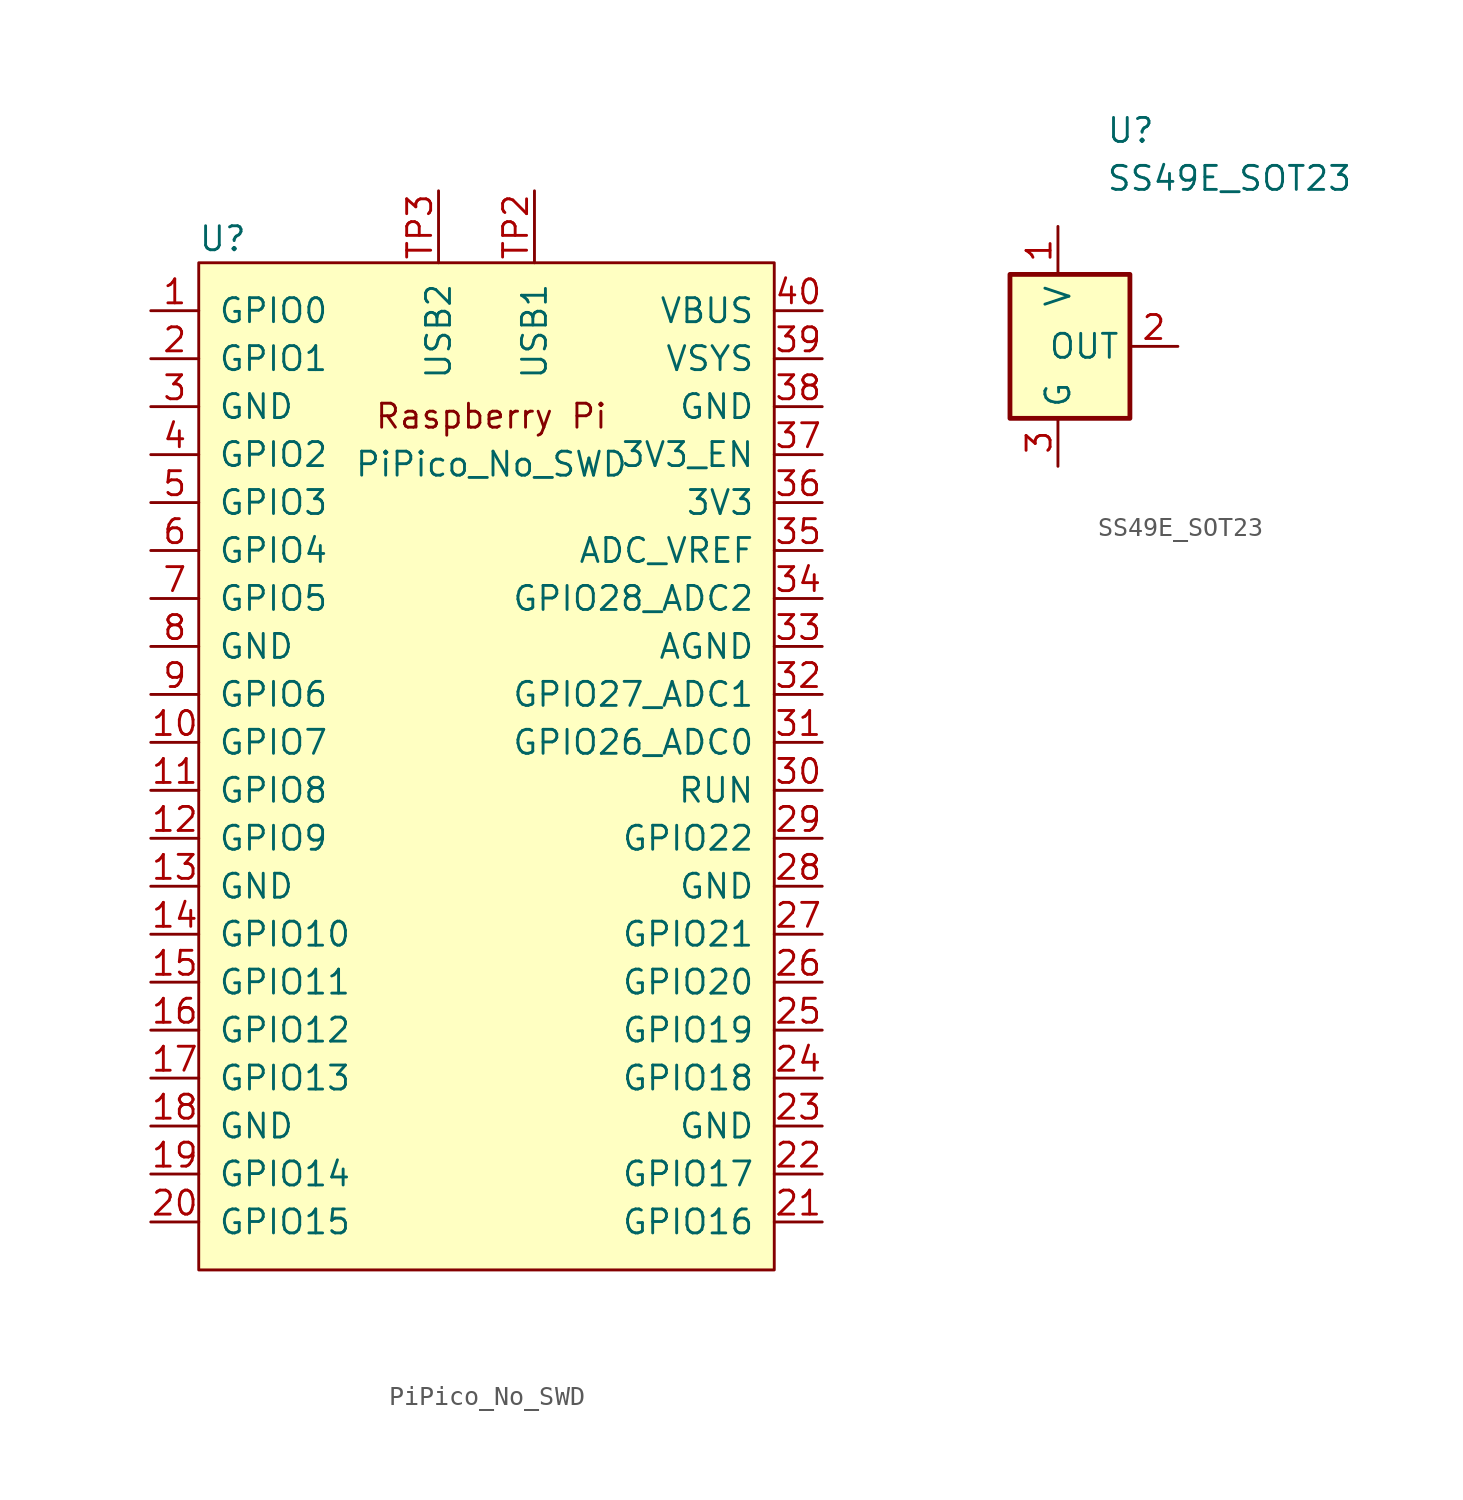
<source format=kicad_sym>
(kicad_symbol_lib
  (version 20241209)
  (generator "kicad_symbol_editor")
  (generator_version "9.0")
  (symbol "PiPico_No_SWD"
    (pin_names
      (offset 1.016))
    (property "Reference" "U"
      (at -13.97 27.94 0)
      (effects (font (size 1.27 1.27))))
    (property "Value" "PiPico_No_SWD"
      (at 0.254 16.002 0)
      (effects (font (size 1.27 1.27))))
    (symbol "PiPico_No_SWD_0_0"
      (text "Raspberry Pi" (at 0.254 18.542 0) (effects (font (size 1.27 1.27)))))
    (symbol "PiPico_No_SWD_0_1"
      (rectangle (start -15.24 26.67) (end 15.24 -26.67) (stroke (width 0) (type solid)) (fill (type background))))
    (symbol "PiPico_No_SWD_1_1"
      (pin bidirectional line (at -17.78 24.13 0) (length 2.54) (name "GPIO0" (effects (font (size 1.27 1.27)))) (number "1" (effects (font (size 1.27 1.27)))))
      (pin bidirectional line (at -17.78 21.59 0) (length 2.54) (name "GPIO1" (effects (font (size 1.27 1.27)))) (number "2" (effects (font (size 1.27 1.27)))))
      (pin power_in line (at -17.78 19.05 0) (length 2.54) (name "GND" (effects (font (size 1.27 1.27)))) (number "3" (effects (font (size 1.27 1.27)))))
      (pin bidirectional line (at -17.78 16.51 0) (length 2.54) (name "GPIO2" (effects (font (size 1.27 1.27)))) (number "4" (effects (font (size 1.27 1.27)))))
      (pin bidirectional line (at -17.78 13.97 0) (length 2.54) (name "GPIO3" (effects (font (size 1.27 1.27)))) (number "5" (effects (font (size 1.27 1.27)))))
      (pin bidirectional line (at -17.78 11.43 0) (length 2.54) (name "GPIO4" (effects (font (size 1.27 1.27)))) (number "6" (effects (font (size 1.27 1.27)))))
      (pin bidirectional line (at -17.78 8.89 0) (length 2.54) (name "GPIO5" (effects (font (size 1.27 1.27)))) (number "7" (effects (font (size 1.27 1.27)))))
      (pin power_in line (at -17.78 6.35 0) (length 2.54) (name "GND" (effects (font (size 1.27 1.27)))) (number "8" (effects (font (size 1.27 1.27)))))
      (pin bidirectional line (at -17.78 3.81 0) (length 2.54) (name "GPIO6" (effects (font (size 1.27 1.27)))) (number "9" (effects (font (size 1.27 1.27)))))
      (pin bidirectional line (at -17.78 1.27 0) (length 2.54) (name "GPIO7" (effects (font (size 1.27 1.27)))) (number "10" (effects (font (size 1.27 1.27)))))
      (pin bidirectional line (at -17.78 -1.27 0) (length 2.54) (name "GPIO8" (effects (font (size 1.27 1.27)))) (number "11" (effects (font (size 1.27 1.27)))))
      (pin bidirectional line (at -17.78 -3.81 0) (length 2.54) (name "GPIO9" (effects (font (size 1.27 1.27)))) (number "12" (effects (font (size 1.27 1.27)))))
      (pin power_in line (at -17.78 -6.35 0) (length 2.54) (name "GND" (effects (font (size 1.27 1.27)))) (number "13" (effects (font (size 1.27 1.27)))))
      (pin bidirectional line (at -17.78 -8.89 0) (length 2.54) (name "GPIO10" (effects (font (size 1.27 1.27)))) (number "14" (effects (font (size 1.27 1.27)))))
      (pin bidirectional line (at -17.78 -11.43 0) (length 2.54) (name "GPIO11" (effects (font (size 1.27 1.27)))) (number "15" (effects (font (size 1.27 1.27)))))
      (pin bidirectional line (at -17.78 -13.97 0) (length 2.54) (name "GPIO12" (effects (font (size 1.27 1.27)))) (number "16" (effects (font (size 1.27 1.27)))))
      (pin bidirectional line (at -17.78 -16.51 0) (length 2.54) (name "GPIO13" (effects (font (size 1.27 1.27)))) (number "17" (effects (font (size 1.27 1.27)))))
      (pin power_in line (at -17.78 -19.05 0) (length 2.54) (name "GND" (effects (font (size 1.27 1.27)))) (number "18" (effects (font (size 1.27 1.27)))))
      (pin bidirectional line (at -17.78 -21.59 0) (length 2.54) (name "GPIO14" (effects (font (size 1.27 1.27)))) (number "19" (effects (font (size 1.27 1.27)))))
      (pin bidirectional line (at -17.78 -24.13 0) (length 2.54) (name "GPIO15" (effects (font (size 1.27 1.27)))) (number "20" (effects (font (size 1.27 1.27)))))
      (pin bidirectional line (at -2.54 30.48 270) (length 3.81) (name "USB2" (effects (font (size 1.27 1.27)))) (number "TP3" (effects (font (size 1.27 1.27)))))
      (pin bidirectional line (at 2.54 30.48 270) (length 3.81) (name "USB1" (effects (font (size 1.27 1.27)))) (number "TP2" (effects (font (size 1.27 1.27)))))
      (pin unspecified line (at 17.78 24.13 180) (length 2.54) (name "VBUS" (effects (font (size 1.27 1.27)))) (number "40" (effects (font (size 1.27 1.27)))))
      (pin unspecified line (at 17.78 21.59 180) (length 2.54) (name "VSYS" (effects (font (size 1.27 1.27)))) (number "39" (effects (font (size 1.27 1.27)))))
      (pin bidirectional line (at 17.78 19.05 180) (length 2.54) (name "GND" (effects (font (size 1.27 1.27)))) (number "38" (effects (font (size 1.27 1.27)))))
      (pin input line (at 17.78 16.51 180) (length 2.54) (name "3V3_EN" (effects (font (size 1.27 1.27)))) (number "37" (effects (font (size 1.27 1.27)))))
      (pin unspecified line (at 17.78 13.97 180) (length 2.54) (name "3V3" (effects (font (size 1.27 1.27)))) (number "36" (effects (font (size 1.27 1.27)))))
      (pin unspecified line (at 17.78 11.43 180) (length 2.54) (name "ADC_VREF" (effects (font (size 1.27 1.27)))) (number "35" (effects (font (size 1.27 1.27)))))
      (pin bidirectional line (at 17.78 8.89 180) (length 2.54) (name "GPIO28_ADC2" (effects (font (size 1.27 1.27)))) (number "34" (effects (font (size 1.27 1.27)))))
      (pin power_in line (at 17.78 6.35 180) (length 2.54) (name "AGND" (effects (font (size 1.27 1.27)))) (number "33" (effects (font (size 1.27 1.27)))))
      (pin bidirectional line (at 17.78 3.81 180) (length 2.54) (name "GPIO27_ADC1" (effects (font (size 1.27 1.27)))) (number "32" (effects (font (size 1.27 1.27)))))
      (pin bidirectional line (at 17.78 1.27 180) (length 2.54) (name "GPIO26_ADC0" (effects (font (size 1.27 1.27)))) (number "31" (effects (font (size 1.27 1.27)))))
      (pin input line (at 17.78 -1.27 180) (length 2.54) (name "RUN" (effects (font (size 1.27 1.27)))) (number "30" (effects (font (size 1.27 1.27)))))
      (pin bidirectional line (at 17.78 -3.81 180) (length 2.54) (name "GPIO22" (effects (font (size 1.27 1.27)))) (number "29" (effects (font (size 1.27 1.27)))))
      (pin power_in line (at 17.78 -6.35 180) (length 2.54) (name "GND" (effects (font (size 1.27 1.27)))) (number "28" (effects (font (size 1.27 1.27)))))
      (pin bidirectional line (at 17.78 -8.89 180) (length 2.54) (name "GPIO21" (effects (font (size 1.27 1.27)))) (number "27" (effects (font (size 1.27 1.27)))))
      (pin bidirectional line (at 17.78 -11.43 180) (length 2.54) (name "GPIO20" (effects (font (size 1.27 1.27)))) (number "26" (effects (font (size 1.27 1.27)))))
      (pin bidirectional line (at 17.78 -13.97 180) (length 2.54) (name "GPIO19" (effects (font (size 1.27 1.27)))) (number "25" (effects (font (size 1.27 1.27)))))
      (pin bidirectional line (at 17.78 -16.51 180) (length 2.54) (name "GPIO18" (effects (font (size 1.27 1.27)))) (number "24" (effects (font (size 1.27 1.27)))))
      (pin power_in line (at 17.78 -19.05 180) (length 2.54) (name "GND" (effects (font (size 1.27 1.27)))) (number "23" (effects (font (size 1.27 1.27)))))
      (pin bidirectional line (at 17.78 -21.59 180) (length 2.54) (name "GPIO17" (effects (font (size 1.27 1.27)))) (number "22" (effects (font (size 1.27 1.27)))))
      (pin bidirectional line (at 17.78 -24.13 180) (length 2.54) (name "GPIO16" (effects (font (size 1.27 1.27)))) (number "21" (effects (font (size 1.27 1.27)))))))
  (symbol "SS49E_SOT23"
    (property "Reference" "U"
      (at 2.54 11.43 0)
      (effects (font (size 1.27 1.27)) (justify left)))
    (property "Value" "SS49E_SOT23"
      (at 2.54 8.89 0)
      (effects (font (size 1.27 1.27)) (justify left)))
    (symbol "SS49E_SOT23_0_1"
      (rectangle (start -2.54 3.81) (end 3.81 -3.81) (stroke (width 0.254) (type default)) (fill (type background))))
    (symbol "SS49E_SOT23_1_1"
      (pin power_in line (at 0 6.35 270) (length 2.54) (name "V" (effects (font (size 1.27 1.27)))) (number "1" (effects (font (size 1.27 1.27)))))
      (pin power_in line (at 0 -6.35 90) (length 2.54) (name "G" (effects (font (size 1.27 1.27)))) (number "3" (effects (font (size 1.27 1.27)))))
      (pin output line (at 6.35 0 180) (length 2.54) (name "OUT" (effects (font (size 1.27 1.27)))) (number "2" (effects (font (size 1.27 1.27))))))))
</source>
